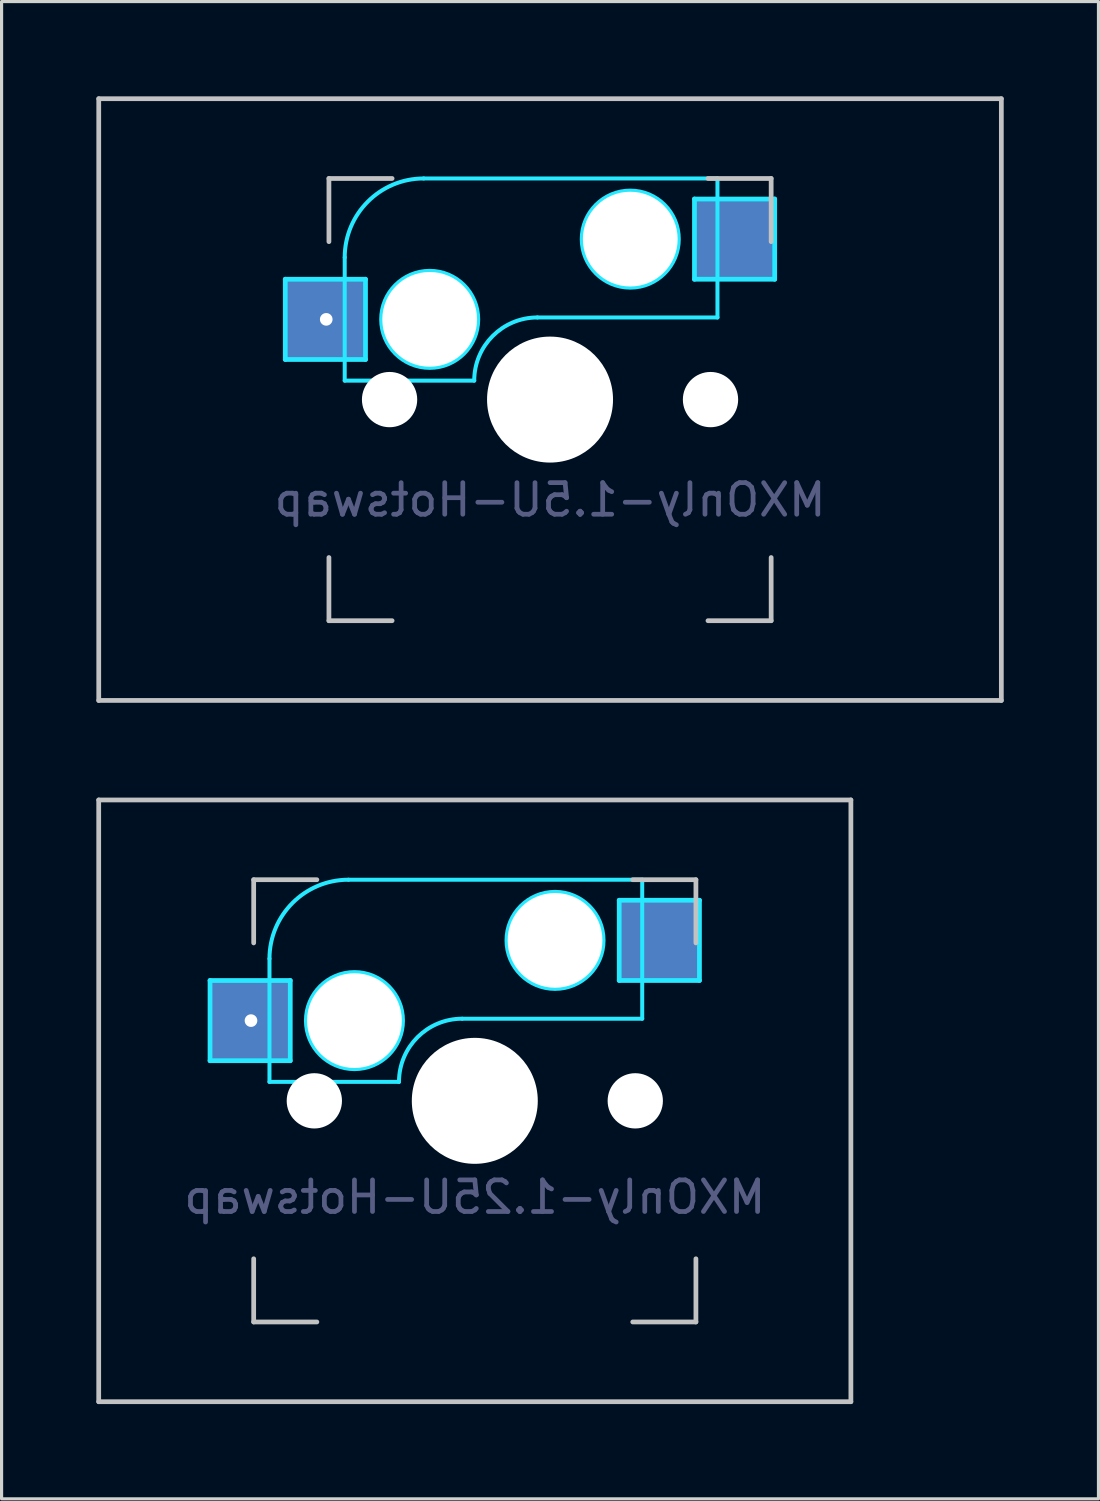
<source format=kicad_pcb>
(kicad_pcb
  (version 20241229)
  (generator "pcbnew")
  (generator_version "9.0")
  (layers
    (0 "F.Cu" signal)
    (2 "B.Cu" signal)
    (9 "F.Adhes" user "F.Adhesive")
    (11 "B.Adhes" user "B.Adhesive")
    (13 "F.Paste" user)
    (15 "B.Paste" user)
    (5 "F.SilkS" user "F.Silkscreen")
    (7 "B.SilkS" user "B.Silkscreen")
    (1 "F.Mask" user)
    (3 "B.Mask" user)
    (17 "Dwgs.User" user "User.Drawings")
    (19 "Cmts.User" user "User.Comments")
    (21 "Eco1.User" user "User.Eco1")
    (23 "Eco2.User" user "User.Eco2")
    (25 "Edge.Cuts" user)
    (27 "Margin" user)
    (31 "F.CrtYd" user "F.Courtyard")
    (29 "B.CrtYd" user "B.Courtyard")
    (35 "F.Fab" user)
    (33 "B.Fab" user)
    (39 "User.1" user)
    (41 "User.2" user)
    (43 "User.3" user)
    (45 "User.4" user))
  (footprint "MXOnly-1.5U-Hotswap"
    (layer "F.Cu")
    (at 14.363 9.6)
    (property "Reference" "MXOnly-1.5U-Hotswap" (at 0 3.175 0) (layer "B.Fab") (effects (font (size 1 1) (thickness 0.15)) (justify mirror)))
    (attr smd)
    (fp_line (start -14.287 -9.525) (end 14.287 -9.525) (stroke (width 0.15) (type solid)) (layer "Dwgs.User"))
    (fp_line (start -14.287 9.525) (end -14.287 -9.525) (stroke (width 0.15) (type solid)) (layer "Dwgs.User"))
    (fp_line (start -7 -7) (end -7 -5) (stroke (width 0.15) (type solid)) (layer "Dwgs.User"))
    (fp_line (start -7 5) (end -7 7) (stroke (width 0.15) (type solid)) (layer "Dwgs.User"))
    (fp_line (start -7 7) (end -5 7) (stroke (width 0.15) (type solid)) (layer "Dwgs.User"))
    (fp_line (start -5 -7) (end -7 -7) (stroke (width 0.15) (type solid)) (layer "Dwgs.User"))
    (fp_line (start 5 -7) (end 7 -7) (stroke (width 0.15) (type solid)) (layer "Dwgs.User"))
    (fp_line (start 5 7) (end 7 7) (stroke (width 0.15) (type solid)) (layer "Dwgs.User"))
    (fp_line (start 7 -7) (end 7 -5) (stroke (width 0.15) (type solid)) (layer "Dwgs.User"))
    (fp_line (start 7 7) (end 7 5) (stroke (width 0.15) (type solid)) (layer "Dwgs.User"))
    (fp_line (start 14.287 -9.525) (end 14.287 9.525) (stroke (width 0.15) (type solid)) (layer "Dwgs.User"))
    (fp_line (start 14.287 9.525) (end -14.287 9.525) (stroke (width 0.15) (type solid)) (layer "Dwgs.User"))
    (fp_line (start -8.382 -3.81) (end -5.842 -3.81) (stroke (width 0.15) (type solid)) (layer "B.CrtYd"))
    (fp_line (start -8.382 -1.27) (end -8.382 -3.81) (stroke (width 0.15) (type solid)) (layer "B.CrtYd"))
    (fp_line (start -6.5 -4.5) (end -6.5 -0.6) (stroke (width 0.127) (type solid)) (layer "B.CrtYd"))
    (fp_line (start -6.5 -0.6) (end -2.4 -0.6) (stroke (width 0.127) (type solid)) (layer "B.CrtYd"))
    (fp_line (start -5.842 -3.81) (end -5.842 -1.27) (stroke (width 0.15) (type solid)) (layer "B.CrtYd"))
    (fp_line (start -5.842 -1.27) (end -8.382 -1.27) (stroke (width 0.15) (type solid)) (layer "B.CrtYd"))
    (fp_line (start -0.4 -2.6) (end 5.3 -2.6) (stroke (width 0.127) (type solid)) (layer "B.CrtYd"))
    (fp_line (start 4.572 -6.35) (end 7.112 -6.35) (stroke (width 0.15) (type solid)) (layer "B.CrtYd"))
    (fp_line (start 4.572 -3.81) (end 4.572 -6.35) (stroke (width 0.15) (type solid)) (layer "B.CrtYd"))
    (fp_line (start 5.3 -7) (end -4 -7) (stroke (width 0.127) (type solid)) (layer "B.CrtYd"))
    (fp_line (start 5.3 -7) (end 5.3 -2.6) (stroke (width 0.127) (type solid)) (layer "B.CrtYd"))
    (fp_line (start 7.112 -6.35) (end 7.112 -3.81) (stroke (width 0.15) (type solid)) (layer "B.CrtYd"))
    (fp_line (start 7.112 -3.81) (end 4.572 -3.81) (stroke (width 0.15) (type solid)) (layer "B.CrtYd"))
    (fp_arc (start -6.5 -4.5) (mid -5.767767 -6.267767) (end -4 -7) (stroke (width 0.127) (type solid)) (layer "B.CrtYd"))
    (fp_arc (start -2.4 -0.6) (mid -1.814214 -2.014214) (end -0.4 -2.6) (stroke (width 0.127) (type solid)) (layer "B.CrtYd"))
    (fp_circle (center -3.81 -2.54) (end -3.81 -4.064) (stroke (width 0.15) (type solid)) (fill no) (layer "B.CrtYd"))
    (fp_circle (center 2.54 -5.08) (end 2.54 -6.604) (stroke (width 0.15) (type solid)) (fill no) (layer "B.CrtYd"))
    (pad "" np_thru_hole circle (at -5.08 0 48.1) (size 1.75 1.75) (drill 1.75) (layers "*.Cu" "*.Mask"))
    (pad "" np_thru_hole circle (at -3.81 -2.54) (size 3 3) (drill 3) (layers "*.Cu" "*.Mask"))
    (pad "" np_thru_hole circle (at 0 0) (size 3.988 3.988) (drill 3.988) (layers "*.Cu" "*.Mask"))
    (pad "" np_thru_hole circle (at 2.54 -5.08) (size 3 3) (drill 3) (layers "*.Cu" "*.Mask"))
    (pad "" np_thru_hole circle (at 5.08 0 48.1) (size 1.75 1.75) (drill 1.75) (layers "*.Cu" "*.Mask"))
    (pad "1" thru_hole circle (at -7.085 -2.54) (size 0.8 0.8) (drill 0.4) (layers "*.Cu"))
    (pad "1" smd rect (at -7.085 -2.54) (size 2.55 2.5) (layers "B.Cu" "B.Mask" "B.Paste"))
    (pad "2" smd rect (at 5.842 -5.08) (size 2.55 2.5) (layers "B.Cu" "B.Mask" "B.Paste")))
  (footprint "MXOnly-1.25U-Hotswap"
    (layer "F.Cu")
    (at 11.981 31.8)
    (property "Reference" "MXOnly-1.25U-Hotswap" (at 0 3.048 0) (layer "B.Fab") (effects (font (size 1 1) (thickness 0.15)) (justify mirror)))
    (attr smd)
    (fp_line (start -11.906 -9.525) (end 11.906 -9.525) (stroke (width 0.15) (type solid)) (layer "Dwgs.User"))
    (fp_line (start -11.906 9.525) (end -11.906 -9.525) (stroke (width 0.15) (type solid)) (layer "Dwgs.User"))
    (fp_line (start -7 -7) (end -7 -5) (stroke (width 0.15) (type solid)) (layer "Dwgs.User"))
    (fp_line (start -7 5) (end -7 7) (stroke (width 0.15) (type solid)) (layer "Dwgs.User"))
    (fp_line (start -7 7) (end -5 7) (stroke (width 0.15) (type solid)) (layer "Dwgs.User"))
    (fp_line (start -5 -7) (end -7 -7) (stroke (width 0.15) (type solid)) (layer "Dwgs.User"))
    (fp_line (start 5 -7) (end 7 -7) (stroke (width 0.15) (type solid)) (layer "Dwgs.User"))
    (fp_line (start 5 7) (end 7 7) (stroke (width 0.15) (type solid)) (layer "Dwgs.User"))
    (fp_line (start 7 -7) (end 7 -5) (stroke (width 0.15) (type solid)) (layer "Dwgs.User"))
    (fp_line (start 7 7) (end 7 5) (stroke (width 0.15) (type solid)) (layer "Dwgs.User"))
    (fp_line (start 11.906 -9.525) (end 11.906 9.525) (stroke (width 0.15) (type solid)) (layer "Dwgs.User"))
    (fp_line (start 11.906 9.525) (end -11.906 9.525) (stroke (width 0.15) (type solid)) (layer "Dwgs.User"))
    (fp_line (start -8.382 -3.81) (end -5.842 -3.81) (stroke (width 0.15) (type solid)) (layer "B.CrtYd"))
    (fp_line (start -8.382 -1.27) (end -8.382 -3.81) (stroke (width 0.15) (type solid)) (layer "B.CrtYd"))
    (fp_line (start -6.5 -4.5) (end -6.5 -0.6) (stroke (width 0.127) (type solid)) (layer "B.CrtYd"))
    (fp_line (start -6.5 -0.6) (end -2.4 -0.6) (stroke (width 0.127) (type solid)) (layer "B.CrtYd"))
    (fp_line (start -5.842 -3.81) (end -5.842 -1.27) (stroke (width 0.15) (type solid)) (layer "B.CrtYd"))
    (fp_line (start -5.842 -1.27) (end -8.382 -1.27) (stroke (width 0.15) (type solid)) (layer "B.CrtYd"))
    (fp_line (start -0.4 -2.6) (end 5.3 -2.6) (stroke (width 0.127) (type solid)) (layer "B.CrtYd"))
    (fp_line (start 4.572 -6.35) (end 7.112 -6.35) (stroke (width 0.15) (type solid)) (layer "B.CrtYd"))
    (fp_line (start 4.572 -3.81) (end 4.572 -6.35) (stroke (width 0.15) (type solid)) (layer "B.CrtYd"))
    (fp_line (start 5.3 -7) (end -4 -7) (stroke (width 0.127) (type solid)) (layer "B.CrtYd"))
    (fp_line (start 5.3 -7) (end 5.3 -2.6) (stroke (width 0.127) (type solid)) (layer "B.CrtYd"))
    (fp_line (start 7.112 -6.35) (end 7.112 -3.81) (stroke (width 0.15) (type solid)) (layer "B.CrtYd"))
    (fp_line (start 7.112 -3.81) (end 4.572 -3.81) (stroke (width 0.15) (type solid)) (layer "B.CrtYd"))
    (fp_arc (start -6.5 -4.5) (mid -5.767767 -6.267767) (end -4 -7) (stroke (width 0.127) (type solid)) (layer "B.CrtYd"))
    (fp_arc (start -2.4 -0.6) (mid -1.814214 -2.014214) (end -0.4 -2.6) (stroke (width 0.127) (type solid)) (layer "B.CrtYd"))
    (fp_circle (center -3.81 -2.54) (end -3.81 -4.064) (stroke (width 0.15) (type solid)) (fill no) (layer "B.CrtYd"))
    (fp_circle (center 2.54 -5.08) (end 2.54 -6.604) (stroke (width 0.15) (type solid)) (fill no) (layer "B.CrtYd"))
    (pad "" np_thru_hole circle (at -5.08 0 48.1) (size 1.75 1.75) (drill 1.75) (layers "*.Cu" "*.Mask"))
    (pad "" np_thru_hole circle (at -3.81 -2.54) (size 3 3) (drill 3) (layers "*.Cu" "*.Mask"))
    (pad "" np_thru_hole circle (at 0 0) (size 3.988 3.988) (drill 3.988) (layers "*.Cu" "*.Mask"))
    (pad "" np_thru_hole circle (at 2.54 -5.08) (size 3 3) (drill 3) (layers "*.Cu" "*.Mask"))
    (pad "" np_thru_hole circle (at 5.08 0 48.1) (size 1.75 1.75) (drill 1.75) (layers "*.Cu" "*.Mask"))
    (pad "1" thru_hole circle (at -7.085 -2.54) (size 0.8 0.8) (drill 0.4) (layers "*.Cu"))
    (pad "1" smd rect (at -7.085 -2.54) (size 2.55 2.5) (layers "B.Cu" "B.Mask" "B.Paste"))
    (pad "2" smd rect (at 5.842 -5.08) (size 2.55 2.5) (layers "B.Cu" "B.Mask" "B.Paste")))
  (gr_rect
    (start -3 -3)
    (end 31.725 44.4)
    (stroke (width 0.1) (type default))
    (fill no)
    (layer "Edge.Cuts")))
</source>
